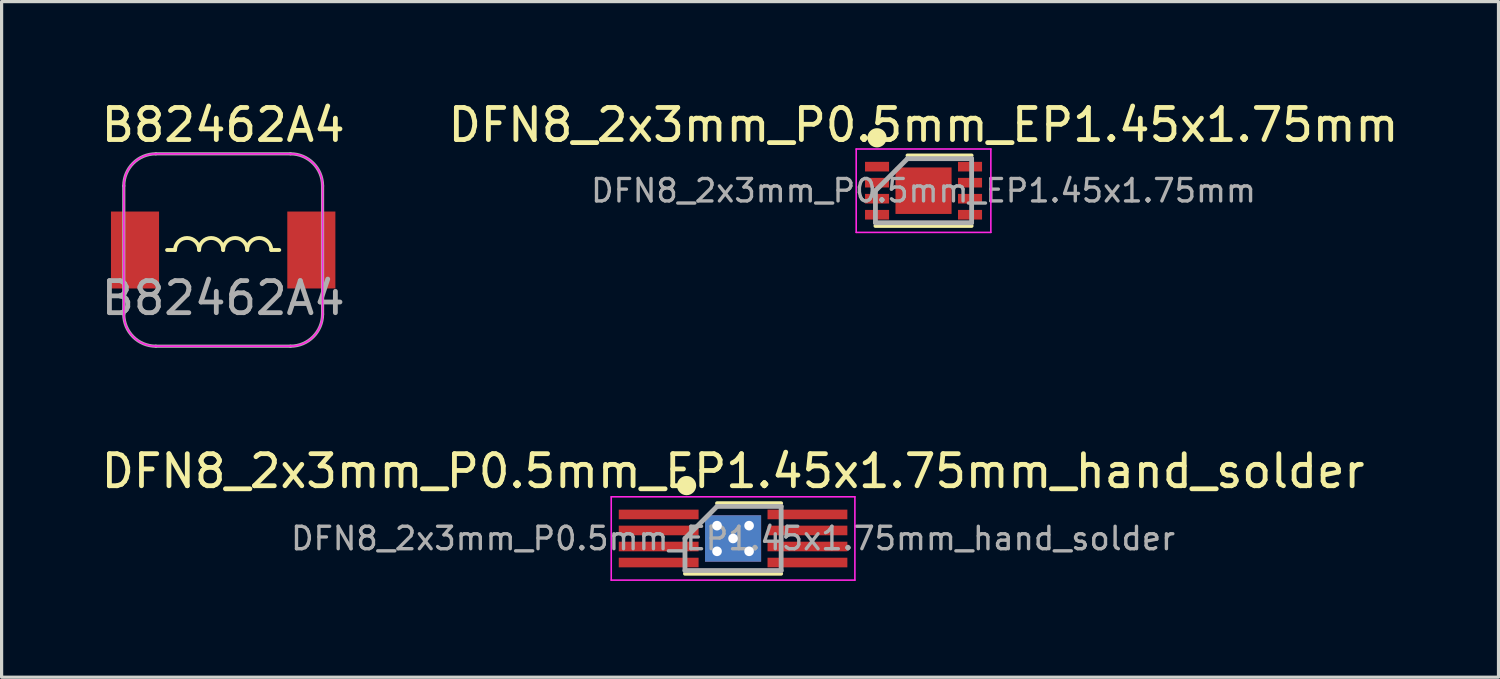
<source format=kicad_pcb>
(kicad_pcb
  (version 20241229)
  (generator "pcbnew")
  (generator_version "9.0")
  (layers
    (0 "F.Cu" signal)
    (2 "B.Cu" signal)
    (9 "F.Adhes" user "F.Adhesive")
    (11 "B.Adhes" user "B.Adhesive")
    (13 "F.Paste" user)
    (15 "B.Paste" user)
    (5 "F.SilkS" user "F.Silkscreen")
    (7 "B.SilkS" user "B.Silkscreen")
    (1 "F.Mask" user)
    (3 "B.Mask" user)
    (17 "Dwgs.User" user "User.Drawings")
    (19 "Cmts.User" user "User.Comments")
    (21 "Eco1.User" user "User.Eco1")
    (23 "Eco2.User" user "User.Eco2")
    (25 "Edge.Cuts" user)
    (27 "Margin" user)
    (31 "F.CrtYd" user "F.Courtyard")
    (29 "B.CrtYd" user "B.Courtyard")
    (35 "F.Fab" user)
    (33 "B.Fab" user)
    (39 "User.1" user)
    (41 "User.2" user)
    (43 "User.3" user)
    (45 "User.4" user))
  (footprint "B82462A4"
    (layer "F.Cu")
    (at 3.911 4.748)
    (property "Reference" "B82462A4" (at 0 -3.9 0) (unlocked yes) (layer "F.SilkS") (effects (font (size 1 1) (thickness 0.15))))
    (attr smd)
    (fp_line (start -1.5 0) (end -1.75 0) (stroke (width 0.12) (type solid)) (layer "F.SilkS"))
    (fp_line (start 1.5 0) (end 1.75 0) (stroke (width 0.12) (type solid)) (layer "F.SilkS"))
    (fp_arc (start -1.5 0) (mid -1.125 -0.375) (end -0.75 0) (stroke (width 0.12) (type solid)) (layer "F.SilkS"))
    (fp_arc (start -0.75 0) (mid -0.375 -0.375) (end 0 0) (stroke (width 0.12) (type solid)) (layer "F.SilkS"))
    (fp_arc (start 0 0) (mid 0.375 -0.375) (end 0.75 0) (stroke (width 0.12) (type solid)) (layer "F.SilkS"))
    (fp_arc (start 0.75 0) (mid 1.125 -0.375) (end 1.5 0) (stroke (width 0.12) (type solid)) (layer "F.SilkS"))
    (fp_line (start -3.1 2) (end -3.1 -2) (stroke (width 0.05) (type solid)) (layer "F.CrtYd"))
    (fp_line (start -2.1 -3) (end 2.1 -3) (stroke (width 0.05) (type solid)) (layer "F.CrtYd"))
    (fp_line (start 2.1 3) (end -2.1 3) (stroke (width 0.05) (type solid)) (layer "F.CrtYd"))
    (fp_line (start 3.1 2) (end 3.1 -2) (stroke (width 0.05) (type solid)) (layer "F.CrtYd"))
    (fp_arc (start -3.1 -2) (mid -2.807107 -2.707107) (end -2.1 -3) (stroke (width 0.05) (type solid)) (layer "F.CrtYd"))
    (fp_arc (start -2.1 3) (mid -2.807107 2.707107) (end -3.1 2) (stroke (width 0.05) (type solid)) (layer "F.CrtYd"))
    (fp_arc (start 2.1 -3) (mid 2.807107 -2.707107) (end 3.1 -2) (stroke (width 0.05) (type solid)) (layer "F.CrtYd"))
    (fp_arc (start 3.1 2) (mid 2.807107 2.707107) (end 2.1 3) (stroke (width 0.05) (type solid)) (layer "F.CrtYd"))
    (fp_line (start -3.1 2) (end -3.1 -2) (stroke (width 0.1) (type solid)) (layer "F.Fab"))
    (fp_line (start -2.1 -3) (end 2.1 -3) (stroke (width 0.1) (type solid)) (layer "F.Fab"))
    (fp_line (start 2.1 3) (end -2.1 3) (stroke (width 0.1) (type solid)) (layer "F.Fab"))
    (fp_line (start 3.1 -2) (end 3.1 2) (stroke (width 0.1) (type solid)) (layer "F.Fab"))
    (fp_arc (start -3.1 -2) (mid -2.807107 -2.707107) (end -2.1 -3) (stroke (width 0.1) (type solid)) (layer "F.Fab"))
    (fp_arc (start -2.1 3) (mid -2.807107 2.707107) (end -3.1 2) (stroke (width 0.1) (type solid)) (layer "F.Fab"))
    (fp_arc (start 2.1 -3) (mid 2.807107 -2.707107) (end 3.1 -2) (stroke (width 0.1) (type solid)) (layer "F.Fab"))
    (fp_arc (start 3.1 2) (mid 2.807107 2.707107) (end 2.1 3) (stroke (width 0.1) (type solid)) (layer "F.Fab"))
    (fp_text user "${REFERENCE}" (at 0 1.5 0) (unlocked yes) (layer "F.Fab") (effects (font (size 1 1) (thickness 0.15))))
    (pad "1" smd rect (at -2.75 0) (size 1.5 2.4) (layers "F.Cu" "F.Mask" "F.Paste"))
    (pad "2" smd rect (at 2.75 0) (size 1.5 2.4) (layers "F.Cu" "F.Mask" "F.Paste")))
  (footprint "DFN8_2x3mm_P0.5mm_EP1.45x1.75mm_hand_solder"
    (layer "F.Cu")
    (at 19.815 13.746)
    (property "Reference" "DFN8_2x3mm_P0.5mm_EP1.45x1.75mm_hand_solder" (at 0 -2.1 0) (layer "F.SilkS") (effects (font (size 1 1) (thickness 0.15))))
    (attr smd)
    (fp_line (start 1.5 -1.1) (end -0.5 -1.1) (stroke (width 0.12) (type solid)) (layer "F.SilkS"))
    (fp_line (start 1.5 1.1) (end -1.5 1.1) (stroke (width 0.12) (type solid)) (layer "F.SilkS"))
    (fp_circle (center -1.45 -1.65) (end -1.45 -1.35) (stroke (width 0) (type solid)) (fill yes) (layer "F.SilkS"))
    (fp_line (start -3.8 -1.3) (end -3.8 1.3) (stroke (width 0.05) (type solid)) (layer "F.CrtYd"))
    (fp_line (start -3.8 -1.3) (end 3.8 -1.3) (stroke (width 0.05) (type solid)) (layer "F.CrtYd"))
    (fp_line (start -3.8 1.3) (end 3.8 1.3) (stroke (width 0.05) (type solid)) (layer "F.CrtYd"))
    (fp_line (start 3.8 -1.3) (end 3.8 1.3) (stroke (width 0.05) (type solid)) (layer "F.CrtYd"))
    (fp_line (start -1.5 0) (end -0.5 -1) (stroke (width 0.15) (type solid)) (layer "F.Fab"))
    (fp_line (start -1.5 1) (end -1.5 0) (stroke (width 0.15) (type solid)) (layer "F.Fab"))
    (fp_line (start -0.5 -1) (end 1.5 -1) (stroke (width 0.15) (type solid)) (layer "F.Fab"))
    (fp_line (start 1.5 -1) (end 1.5 1) (stroke (width 0.15) (type solid)) (layer "F.Fab"))
    (fp_line (start 1.5 1) (end -1.5 1) (stroke (width 0.15) (type solid)) (layer "F.Fab"))
    (fp_text user "${REFERENCE}" (at 0 0 0) (layer "F.Fab") (effects (font (size 0.7 0.7) (thickness 0.105))))
    (pad "" smd roundrect (at -0.5 0) (size 0.55 1.3) (layers "F.Paste") (roundrect_rratio 0.25))
    (pad "" smd roundrect (at 0 -0.45) (size 1.6 0.456) (layers "F.Paste") (roundrect_rratio 0.25))
    (pad "" smd roundrect (at 0 0.45) (size 1.6 0.456) (layers "F.Paste") (roundrect_rratio 0.25))
    (pad "" smd roundrect (at 0.5 0) (size 0.55 1.3) (layers "F.Paste") (roundrect_rratio 0.25))
    (pad "1" smd rect (at -2.32 -0.75) (size 2.49 0.3) (layers "F.Cu" "F.Mask" "F.Paste"))
    (pad "2" smd rect (at -2.32 -0.25) (size 2.49 0.3) (layers "F.Cu" "F.Mask" "F.Paste"))
    (pad "3" smd rect (at -2.32 0.25) (size 2.49 0.3) (layers "F.Cu" "F.Mask" "F.Paste"))
    (pad "4" smd rect (at -2.32 0.75) (size 2.49 0.3) (layers "F.Cu" "F.Mask" "F.Paste"))
    (pad "5" smd rect (at 2.32 0.75) (size 2.49 0.3) (layers "F.Cu" "F.Mask" "F.Paste"))
    (pad "6" smd rect (at 2.32 0.25) (size 2.49 0.3) (layers "F.Cu" "F.Mask" "F.Paste"))
    (pad "7" smd rect (at 2.32 -0.25) (size 2.49 0.3) (layers "F.Cu" "F.Mask" "F.Paste"))
    (pad "8" smd rect (at 2.32 -0.75) (size 2.49 0.3) (layers "F.Cu" "F.Mask" "F.Paste"))
    (pad "9" thru_hole circle (at -0.5 -0.4) (size 0.6 0.6) (drill 0.3) (layers "*.Cu" "*.Mask"))
    (pad "9" thru_hole circle (at -0.5 0.4) (size 0.6 0.6) (drill 0.3) (layers "*.Cu" "*.Mask"))
    (pad "9" thru_hole circle (at 0 0) (size 0.6 0.6) (drill 0.3) (layers "*.Cu" "*.Mask"))
    (pad "9" smd rect (at 0 0) (size 1.75 1.45) (layers "F.Cu" "F.Mask"))
    (pad "9" smd rect (at 0 0) (size 1.75 1.45) (layers "B.Cu" "B.Mask"))
    (pad "9" thru_hole circle (at 0.5 -0.4) (size 0.6 0.6) (drill 0.3) (layers "*.Cu" "*.Mask"))
    (pad "9" thru_hole circle (at 0.5 0.4) (size 0.6 0.6) (drill 0.3) (layers "*.Cu" "*.Mask")))
  (footprint "DFN8_2x3mm_P0.5mm_EP1.45x1.75mm"
    (layer "F.Cu")
    (at 25.756 2.898)
    (property "Reference" "DFN8_2x3mm_P0.5mm_EP1.45x1.75mm" (at 0 -2.05 0) (layer "F.SilkS") (effects (font (size 1 1) (thickness 0.15))))
    (attr smd)
    (fp_line (start 1.5 -1.1) (end -0.5 -1.1) (stroke (width 0.12) (type solid)) (layer "F.SilkS"))
    (fp_line (start 1.5 1.1) (end -1.5 1.1) (stroke (width 0.12) (type solid)) (layer "F.SilkS"))
    (fp_circle (center -1.45 -1.65) (end -1.45 -1.35) (stroke (width 0) (type solid)) (fill yes) (layer "F.SilkS"))
    (fp_line (start -2.1 -1.3) (end -2.1 1.3) (stroke (width 0.05) (type solid)) (layer "F.CrtYd"))
    (fp_line (start -2.1 -1.3) (end 2.1 -1.3) (stroke (width 0.05) (type solid)) (layer "F.CrtYd"))
    (fp_line (start -2.1 1.3) (end 2.1 1.3) (stroke (width 0.05) (type solid)) (layer "F.CrtYd"))
    (fp_line (start 2.1 -1.3) (end 2.1 1.3) (stroke (width 0.05) (type solid)) (layer "F.CrtYd"))
    (fp_line (start -1.5 0) (end -0.5 -1) (stroke (width 0.15) (type solid)) (layer "F.Fab"))
    (fp_line (start -1.5 1) (end -1.5 0) (stroke (width 0.15) (type solid)) (layer "F.Fab"))
    (fp_line (start -0.5 -1) (end 1.5 -1) (stroke (width 0.15) (type solid)) (layer "F.Fab"))
    (fp_line (start 1.5 -1) (end 1.5 1) (stroke (width 0.15) (type solid)) (layer "F.Fab"))
    (fp_line (start 1.5 1) (end -1.5 1) (stroke (width 0.15) (type solid)) (layer "F.Fab"))
    (fp_text user "${REFERENCE}" (at 0 0 0) (layer "F.Fab") (effects (font (size 0.7 0.7) (thickness 0.105))))
    (pad "" smd rect (at -0.325 -0.375) (size 0.5 0.6) (layers "F.Paste"))
    (pad "" smd rect (at -0.325 0.375) (size 0.5 0.6) (layers "F.Paste"))
    (pad "" smd rect (at 0.325 -0.375) (size 0.5 0.6) (layers "F.Paste"))
    (pad "" smd rect (at 0.325 0.375) (size 0.5 0.6) (layers "F.Paste"))
    (pad "1" smd rect (at -1.45 -0.75) (size 0.75 0.3) (layers "F.Cu" "F.Mask" "F.Paste"))
    (pad "2" smd rect (at -1.45 -0.25) (size 0.75 0.3) (layers "F.Cu" "F.Mask" "F.Paste"))
    (pad "3" smd rect (at -1.45 0.25) (size 0.75 0.3) (layers "F.Cu" "F.Mask" "F.Paste"))
    (pad "4" smd rect (at -1.45 0.75) (size 0.75 0.3) (layers "F.Cu" "F.Mask" "F.Paste"))
    (pad "5" smd rect (at 1.45 0.75) (size 0.75 0.3) (layers "F.Cu" "F.Mask" "F.Paste"))
    (pad "6" smd rect (at 1.45 0.25) (size 0.75 0.3) (layers "F.Cu" "F.Mask" "F.Paste"))
    (pad "7" smd rect (at 1.45 -0.25) (size 0.75 0.3) (layers "F.Cu" "F.Mask" "F.Paste"))
    (pad "8" smd rect (at 1.45 -0.75) (size 0.75 0.3) (layers "F.Cu" "F.Mask" "F.Paste"))
    (pad "9" smd rect (at 0 0) (size 1.75 1.45) (layers "F.Cu" "F.Mask")))
  (gr_rect
    (start -3 -3)
    (end 43.69 18.072)
    (stroke (width 0.1) (type default))
    (fill no)
    (layer "Edge.Cuts")))
</source>
